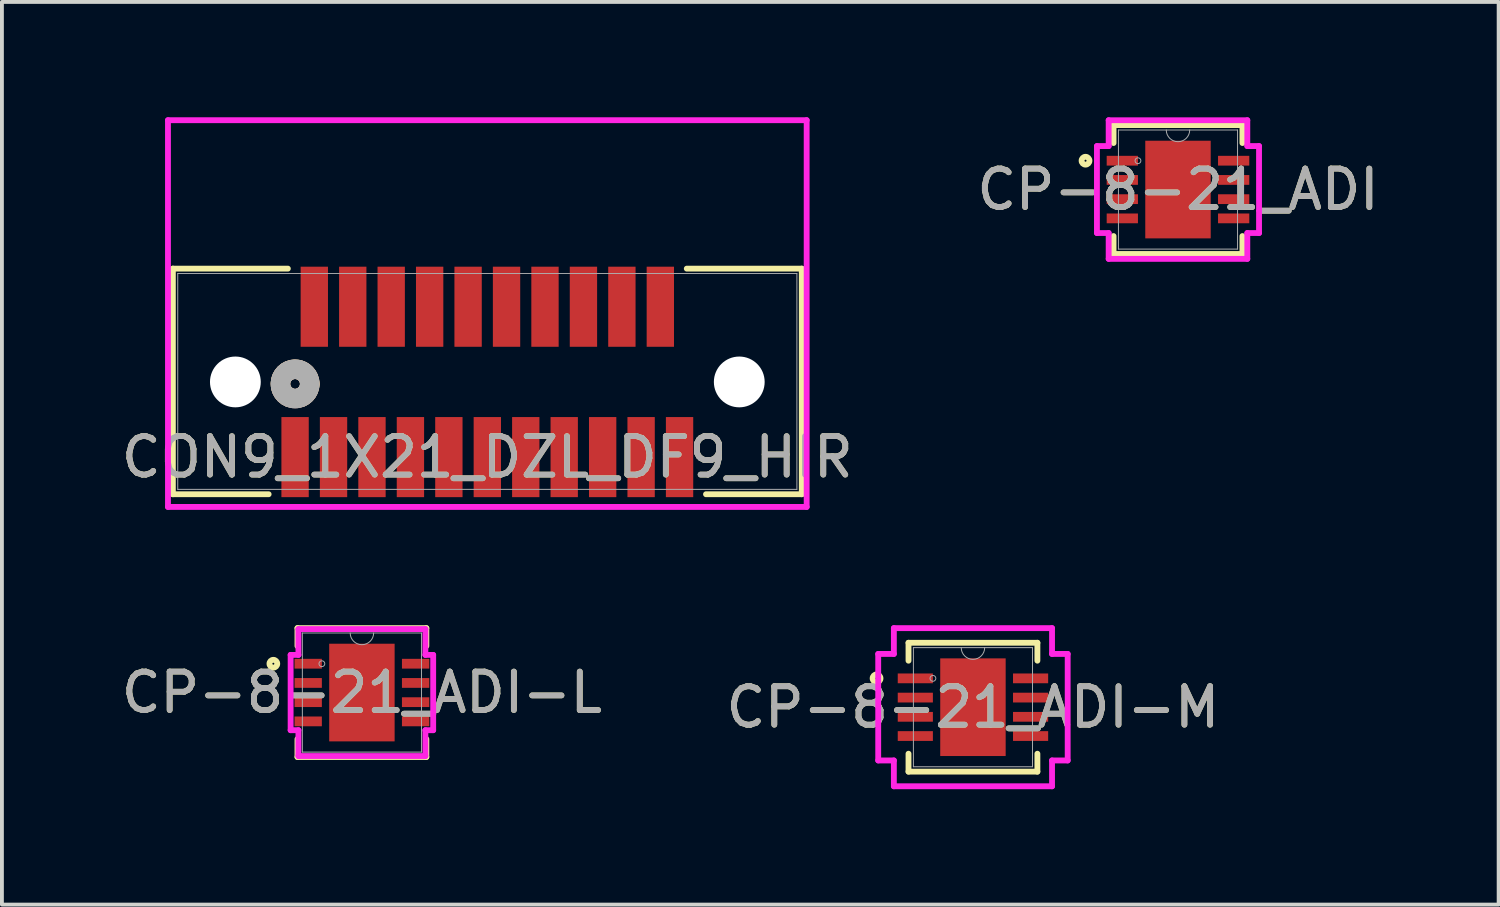
<source format=kicad_pcb>
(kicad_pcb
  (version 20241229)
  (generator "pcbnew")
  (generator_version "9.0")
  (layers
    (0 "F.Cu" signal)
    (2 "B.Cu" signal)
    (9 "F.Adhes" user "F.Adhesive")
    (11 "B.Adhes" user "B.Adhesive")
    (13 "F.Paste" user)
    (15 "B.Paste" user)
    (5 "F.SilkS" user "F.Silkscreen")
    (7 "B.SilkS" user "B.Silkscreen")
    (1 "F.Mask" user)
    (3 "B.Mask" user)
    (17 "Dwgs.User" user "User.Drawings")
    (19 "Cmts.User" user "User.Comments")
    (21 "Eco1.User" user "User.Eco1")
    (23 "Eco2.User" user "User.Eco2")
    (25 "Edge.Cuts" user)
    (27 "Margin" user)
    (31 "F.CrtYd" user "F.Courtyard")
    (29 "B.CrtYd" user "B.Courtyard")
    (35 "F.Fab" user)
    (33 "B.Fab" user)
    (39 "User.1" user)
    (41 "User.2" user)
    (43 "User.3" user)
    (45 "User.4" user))
  (footprint "CON9_1X21_DZL_DF9_HIR"
    (layer "F.Cu")
    (at 9.625 6.871)
    (property "Reference" "CON9_1X21_DZL_DF9_HIR" (at 0 1.968 0) (unlocked yes) (layer "F.SilkS") (effects (font (size 1 1) (thickness 0.15))))
    (attr smd)
    (fp_line (start -8.179 -2.934) (end -8.179 2.934) (stroke (width 0.152) (type solid)) (layer "F.SilkS"))
    (fp_line (start -8.179 2.934) (end -5.688 2.934) (stroke (width 0.152) (type solid)) (layer "F.SilkS"))
    (fp_line (start -5.188 -2.934) (end -8.179 -2.934) (stroke (width 0.152) (type solid)) (layer "F.SilkS"))
    (fp_line (start 5.688 2.934) (end 8.179 2.934) (stroke (width 0.152) (type solid)) (layer "F.SilkS"))
    (fp_line (start 8.179 -2.934) (end 5.188 -2.934) (stroke (width 0.152) (type solid)) (layer "F.SilkS"))
    (fp_line (start 8.179 2.934) (end 8.179 -2.934) (stroke (width 0.152) (type solid)) (layer "F.SilkS"))
    (fp_arc (start -5.143212 0.41656) (mid -5.212835 -0.25251) (end -4.619 0.0635) (stroke (width 0.508) (type solid)) (layer "F.SilkS"))
    (fp_arc (start -4.619 0.0635) (mid -4.68399 0.276335) (end -4.856788 0.41656) (stroke (width 0.508) (type solid)) (layer "F.SilkS"))
    (fp_circle (center -5 0.064) (end -4.619 0.064) (stroke (width 0.508) (type solid)) (fill no) (layer "B.SilkS"))
    (fp_line (start -8.306 -6.795) (end -8.306 3.264) (stroke (width 0.152) (type solid)) (layer "F.CrtYd"))
    (fp_line (start -8.306 3.264) (end 8.306 3.264) (stroke (width 0.152) (type solid)) (layer "F.CrtYd"))
    (fp_line (start 8.306 -6.795) (end -8.306 -6.795) (stroke (width 0.152) (type solid)) (layer "F.CrtYd"))
    (fp_line (start 8.306 3.264) (end 8.306 -6.795) (stroke (width 0.152) (type solid)) (layer "F.CrtYd"))
    (fp_line (start -8.052 -2.807) (end -8.052 2.807) (stroke (width 0.025) (type solid)) (layer "F.Fab"))
    (fp_line (start -8.052 2.807) (end 8.052 2.807) (stroke (width 0.025) (type solid)) (layer "F.Fab"))
    (fp_line (start 8.052 -2.807) (end -8.052 -2.807) (stroke (width 0.025) (type solid)) (layer "F.Fab"))
    (fp_line (start 8.052 2.807) (end 8.052 -2.807) (stroke (width 0.025) (type solid)) (layer "F.Fab"))
    (fp_circle (center -5 0.064) (end -4.619 0.064) (stroke (width 0.508) (type solid)) (fill no) (layer "F.Fab"))
    (fp_text user "${REFERENCE}" (at 0 1.968 0) (unlocked yes) (layer "F.Fab") (effects (font (size 1 1) (thickness 0.15))))
    (pad "" np_thru_hole circle (at -6.553 0.013) (size 1.321 1.321) (drill 1.321) (layers "*.Cu" "*.Mask"))
    (pad "" np_thru_hole circle (at 6.553 0.013) (size 1.321 1.321) (drill 1.321) (layers "*.Cu" "*.Mask"))
    (pad "1" smd rect (at -5 1.968) (size 0.711 2.083) (layers "F.Cu" "F.Mask" "F.Paste"))
    (pad "2" smd rect (at -4.5 -1.943) (size 0.711 2.083) (layers "F.Cu" "F.Mask" "F.Paste"))
    (pad "3" smd rect (at -4 1.968) (size 0.711 2.083) (layers "F.Cu" "F.Mask" "F.Paste"))
    (pad "4" smd rect (at -3.5 -1.943) (size 0.711 2.083) (layers "F.Cu" "F.Mask" "F.Paste"))
    (pad "5" smd rect (at -3 1.968) (size 0.711 2.083) (layers "F.Cu" "F.Mask" "F.Paste"))
    (pad "6" smd rect (at -2.5 -1.943) (size 0.711 2.083) (layers "F.Cu" "F.Mask" "F.Paste"))
    (pad "7" smd rect (at -2 1.968) (size 0.711 2.083) (layers "F.Cu" "F.Mask" "F.Paste"))
    (pad "8" smd rect (at -1.5 -1.943) (size 0.711 2.083) (layers "F.Cu" "F.Mask" "F.Paste"))
    (pad "9" smd rect (at -1 1.968) (size 0.711 2.083) (layers "F.Cu" "F.Mask" "F.Paste"))
    (pad "10" smd rect (at -0.5 -1.943) (size 0.711 2.083) (layers "F.Cu" "F.Mask" "F.Paste"))
    (pad "11" smd rect (at 0 1.968) (size 0.711 2.083) (layers "F.Cu" "F.Mask" "F.Paste"))
    (pad "12" smd rect (at 0.5 -1.943) (size 0.711 2.083) (layers "F.Cu" "F.Mask" "F.Paste"))
    (pad "13" smd rect (at 1 1.968) (size 0.711 2.083) (layers "F.Cu" "F.Mask" "F.Paste"))
    (pad "14" smd rect (at 1.5 -1.943) (size 0.711 2.083) (layers "F.Cu" "F.Mask" "F.Paste"))
    (pad "15" smd rect (at 2 1.968) (size 0.711 2.083) (layers "F.Cu" "F.Mask" "F.Paste"))
    (pad "16" smd rect (at 2.5 -1.943) (size 0.711 2.083) (layers "F.Cu" "F.Mask" "F.Paste"))
    (pad "17" smd rect (at 3 1.968) (size 0.711 2.083) (layers "F.Cu" "F.Mask" "F.Paste"))
    (pad "18" smd rect (at 3.5 -1.943) (size 0.711 2.083) (layers "F.Cu" "F.Mask" "F.Paste"))
    (pad "19" smd rect (at 4 1.968) (size 0.711 2.083) (layers "F.Cu" "F.Mask" "F.Paste"))
    (pad "20" smd rect (at 4.5 -1.943) (size 0.711 2.083) (layers "F.Cu" "F.Mask" "F.Paste"))
    (pad "21" smd rect (at 5 1.968) (size 0.711 2.083) (layers "F.Cu" "F.Mask" "F.Paste")))
  (footprint "CP-8-21_ADI-L"
    (layer "F.Cu")
    (at 6.363 14.963)
    (property "Reference" "CP-8-21_ADI-L" (at 0 0 0) (unlocked yes) (layer "F.SilkS") (effects (font (size 1 1) (thickness 0.15))))
    (attr smd)
    (fp_line (start -1.676 -1.676) (end -1.676 -1.21) (stroke (width 0.152) (type solid)) (layer "F.SilkS"))
    (fp_line (start -1.676 1.21) (end -1.676 1.676) (stroke (width 0.152) (type solid)) (layer "F.SilkS"))
    (fp_line (start -1.676 1.676) (end 1.676 1.676) (stroke (width 0.152) (type solid)) (layer "F.SilkS"))
    (fp_line (start 1.676 -1.676) (end -1.676 -1.676) (stroke (width 0.152) (type solid)) (layer "F.SilkS"))
    (fp_line (start 1.676 -1.21) (end 1.676 -1.676) (stroke (width 0.152) (type solid)) (layer "F.SilkS"))
    (fp_line (start 1.676 1.676) (end 1.676 1.21) (stroke (width 0.152) (type solid)) (layer "F.SilkS"))
    (fp_circle (center -2.303 -0.75) (end -2.202 -0.75) (stroke (width 0.152) (type solid)) (fill no) (layer "F.SilkS"))
    (fp_poly (pts (xy -0.751 -1.17) (xy -0.751 -0.1) (xy 0.751 -0.1) (xy 0.751 -1.17)) (stroke (width 0) (type solid)) (fill yes) (layer "F.Paste"))
    (fp_poly (pts (xy -0.751 0.1) (xy -0.751 1.17) (xy 0.751 1.17) (xy 0.751 0.1)) (stroke (width 0) (type solid)) (fill yes) (layer "F.Paste"))
    (fp_line (start -1.854 -0.979) (end -1.651 -0.979) (stroke (width 0.152) (type solid)) (layer "F.CrtYd"))
    (fp_line (start -1.854 0.979) (end -1.854 -0.979) (stroke (width 0.152) (type solid)) (layer "F.CrtYd"))
    (fp_line (start -1.854 0.979) (end -1.651 0.979) (stroke (width 0.152) (type solid)) (layer "F.CrtYd"))
    (fp_line (start -1.651 -1.651) (end 1.651 -1.651) (stroke (width 0.152) (type solid)) (layer "F.CrtYd"))
    (fp_line (start -1.651 -0.979) (end -1.651 -1.651) (stroke (width 0.152) (type solid)) (layer "F.CrtYd"))
    (fp_line (start -1.651 1.651) (end -1.651 0.979) (stroke (width 0.152) (type solid)) (layer "F.CrtYd"))
    (fp_line (start 1.651 -1.651) (end 1.651 -0.979) (stroke (width 0.152) (type solid)) (layer "F.CrtYd"))
    (fp_line (start 1.651 0.979) (end 1.651 1.651) (stroke (width 0.152) (type solid)) (layer "F.CrtYd"))
    (fp_line (start 1.651 1.651) (end -1.651 1.651) (stroke (width 0.152) (type solid)) (layer "F.CrtYd"))
    (fp_line (start 1.854 -0.979) (end 1.651 -0.979) (stroke (width 0.152) (type solid)) (layer "F.CrtYd"))
    (fp_line (start 1.854 -0.979) (end 1.854 0.979) (stroke (width 0.152) (type solid)) (layer "F.CrtYd"))
    (fp_line (start 1.854 0.979) (end 1.651 0.979) (stroke (width 0.152) (type solid)) (layer "F.CrtYd"))
    (fp_line (start -1.549 -1.549) (end -1.549 1.549) (stroke (width 0.025) (type solid)) (layer "F.Fab"))
    (fp_line (start -1.549 1.549) (end 1.549 1.549) (stroke (width 0.025) (type solid)) (layer "F.Fab"))
    (fp_line (start 1.549 -1.549) (end -1.549 -1.549) (stroke (width 0.025) (type solid)) (layer "F.Fab"))
    (fp_line (start 1.549 1.549) (end 1.549 -1.549) (stroke (width 0.025) (type solid)) (layer "F.Fab"))
    (fp_arc (start 0.3048 -1.5494) (mid 0 -1.2446) (end -0.3048 -1.5494) (stroke (width 0.0254) (type solid)) (layer "F.Fab"))
    (fp_circle (center -1.041 -0.75) (end -0.965 -0.75) (stroke (width 0.025) (type solid)) (fill no) (layer "F.Fab"))
    (fp_text user "${REFERENCE}" (at 0 0 0) (unlocked yes) (layer "F.Fab") (effects (font (size 1 1) (thickness 0.15))))
    (pad "1" smd rect (at -1.397 -0.75) (size 0.711 0.254) (layers "F.Cu" "F.Mask" "F.Paste"))
    (pad "2" smd rect (at -1.397 -0.25) (size 0.711 0.254) (layers "F.Cu" "F.Mask" "F.Paste"))
    (pad "3" smd rect (at -1.397 0.25) (size 0.711 0.254) (layers "F.Cu" "F.Mask" "F.Paste"))
    (pad "4" smd rect (at -1.397 0.75) (size 0.711 0.254) (layers "F.Cu" "F.Mask" "F.Paste"))
    (pad "5" smd rect (at 1.397 0.75) (size 0.711 0.254) (layers "F.Cu" "F.Mask" "F.Paste"))
    (pad "6" smd rect (at 1.397 0.25) (size 0.711 0.254) (layers "F.Cu" "F.Mask" "F.Paste"))
    (pad "7" smd rect (at 1.397 -0.25) (size 0.711 0.254) (layers "F.Cu" "F.Mask" "F.Paste"))
    (pad "8" smd rect (at 1.397 -0.75) (size 0.711 0.254) (layers "F.Cu" "F.Mask" "F.Paste"))
    (pad "9" smd rect (at 0 0) (size 1.702 2.54) (layers "F.Cu" "F.Mask" "F.Paste")))
  (footprint "CP-8-21_ADI"
    (layer "F.Cu")
    (at 27.589 1.88)
    (property "Reference" "CP-8-21_ADI" (at 0 0 0) (unlocked yes) (layer "F.SilkS") (effects (font (size 1 1) (thickness 0.15))))
    (attr smd)
    (fp_line (start -1.676 -1.676) (end -1.676 -1.21) (stroke (width 0.152) (type solid)) (layer "F.SilkS"))
    (fp_line (start -1.676 1.21) (end -1.676 1.676) (stroke (width 0.152) (type solid)) (layer "F.SilkS"))
    (fp_line (start -1.676 1.676) (end 1.676 1.676) (stroke (width 0.152) (type solid)) (layer "F.SilkS"))
    (fp_line (start 1.676 -1.676) (end -1.676 -1.676) (stroke (width 0.152) (type solid)) (layer "F.SilkS"))
    (fp_line (start 1.676 -1.21) (end 1.676 -1.676) (stroke (width 0.152) (type solid)) (layer "F.SilkS"))
    (fp_line (start 1.676 1.676) (end 1.676 1.21) (stroke (width 0.152) (type solid)) (layer "F.SilkS"))
    (fp_circle (center -2.405 -0.75) (end -2.303 -0.75) (stroke (width 0.152) (type solid)) (fill no) (layer "F.SilkS"))
    (fp_poly (pts (xy -0.751 -1.17) (xy -0.751 -0.1) (xy 0.751 -0.1) (xy 0.751 -1.17)) (stroke (width 0) (type solid)) (fill yes) (layer "F.Paste"))
    (fp_poly (pts (xy -0.751 0.1) (xy -0.751 1.17) (xy 0.751 1.17) (xy 0.751 0.1)) (stroke (width 0) (type solid)) (fill yes) (layer "F.Paste"))
    (fp_line (start -2.108 -1.131) (end -1.803 -1.131) (stroke (width 0.152) (type solid)) (layer "F.CrtYd"))
    (fp_line (start -2.108 1.131) (end -2.108 -1.131) (stroke (width 0.152) (type solid)) (layer "F.CrtYd"))
    (fp_line (start -2.108 1.131) (end -1.803 1.131) (stroke (width 0.152) (type solid)) (layer "F.CrtYd"))
    (fp_line (start -1.803 -1.803) (end 1.803 -1.803) (stroke (width 0.152) (type solid)) (layer "F.CrtYd"))
    (fp_line (start -1.803 -1.131) (end -1.803 -1.803) (stroke (width 0.152) (type solid)) (layer "F.CrtYd"))
    (fp_line (start -1.803 1.803) (end -1.803 1.131) (stroke (width 0.152) (type solid)) (layer "F.CrtYd"))
    (fp_line (start 1.803 -1.803) (end 1.803 -1.131) (stroke (width 0.152) (type solid)) (layer "F.CrtYd"))
    (fp_line (start 1.803 1.131) (end 1.803 1.803) (stroke (width 0.152) (type solid)) (layer "F.CrtYd"))
    (fp_line (start 1.803 1.803) (end -1.803 1.803) (stroke (width 0.152) (type solid)) (layer "F.CrtYd"))
    (fp_line (start 2.108 -1.131) (end 1.803 -1.131) (stroke (width 0.152) (type solid)) (layer "F.CrtYd"))
    (fp_line (start 2.108 -1.131) (end 2.108 1.131) (stroke (width 0.152) (type solid)) (layer "F.CrtYd"))
    (fp_line (start 2.108 1.131) (end 1.803 1.131) (stroke (width 0.152) (type solid)) (layer "F.CrtYd"))
    (fp_line (start -1.549 -1.549) (end -1.549 1.549) (stroke (width 0.025) (type solid)) (layer "F.Fab"))
    (fp_line (start -1.549 1.549) (end 1.549 1.549) (stroke (width 0.025) (type solid)) (layer "F.Fab"))
    (fp_line (start 1.549 -1.549) (end -1.549 -1.549) (stroke (width 0.025) (type solid)) (layer "F.Fab"))
    (fp_line (start 1.549 1.549) (end 1.549 -1.549) (stroke (width 0.025) (type solid)) (layer "F.Fab"))
    (fp_arc (start 0.3048 -1.5494) (mid 0 -1.2446) (end -0.3048 -1.5494) (stroke (width 0.0254) (type solid)) (layer "F.Fab"))
    (fp_circle (center -1.041 -0.75) (end -0.965 -0.75) (stroke (width 0.025) (type solid)) (fill no) (layer "F.Fab"))
    (fp_text user "${REFERENCE}" (at 0 0 0) (unlocked yes) (layer "F.Fab") (effects (font (size 1 1) (thickness 0.15))))
    (pad "1" smd rect (at -1.448 -0.75) (size 0.813 0.254) (layers "F.Cu" "F.Mask" "F.Paste"))
    (pad "2" smd rect (at -1.448 -0.25) (size 0.813 0.254) (layers "F.Cu" "F.Mask" "F.Paste"))
    (pad "3" smd rect (at -1.448 0.25) (size 0.813 0.254) (layers "F.Cu" "F.Mask" "F.Paste"))
    (pad "4" smd rect (at -1.448 0.75) (size 0.813 0.254) (layers "F.Cu" "F.Mask" "F.Paste"))
    (pad "5" smd rect (at 1.448 0.75) (size 0.813 0.254) (layers "F.Cu" "F.Mask" "F.Paste"))
    (pad "6" smd rect (at 1.448 0.25) (size 0.813 0.254) (layers "F.Cu" "F.Mask" "F.Paste"))
    (pad "7" smd rect (at 1.448 -0.25) (size 0.813 0.254) (layers "F.Cu" "F.Mask" "F.Paste"))
    (pad "8" smd rect (at 1.448 -0.75) (size 0.813 0.254) (layers "F.Cu" "F.Mask" "F.Paste"))
    (pad "9" smd rect (at 0 0) (size 1.702 2.54) (layers "F.Cu" "F.Mask" "F.Paste")))
  (footprint "CP-8-21_ADI-M"
    (layer "F.Cu")
    (at 22.256 15.344)
    (property "Reference" "CP-8-21_ADI-M" (at 0 0 0) (unlocked yes) (layer "F.SilkS") (effects (font (size 1 1) (thickness 0.15))))
    (attr smd)
    (fp_line (start -1.676 -1.676) (end -1.676 -1.21) (stroke (width 0.152) (type solid)) (layer "F.SilkS"))
    (fp_line (start -1.676 1.21) (end -1.676 1.676) (stroke (width 0.152) (type solid)) (layer "F.SilkS"))
    (fp_line (start -1.676 1.676) (end 1.676 1.676) (stroke (width 0.152) (type solid)) (layer "F.SilkS"))
    (fp_line (start 1.676 -1.676) (end -1.676 -1.676) (stroke (width 0.152) (type solid)) (layer "F.SilkS"))
    (fp_line (start 1.676 -1.21) (end 1.676 -1.676) (stroke (width 0.152) (type solid)) (layer "F.SilkS"))
    (fp_line (start 1.676 1.676) (end 1.676 1.21) (stroke (width 0.152) (type solid)) (layer "F.SilkS"))
    (fp_circle (center -2.507 -0.75) (end -2.405 -0.75) (stroke (width 0.152) (type solid)) (fill no) (layer "F.SilkS"))
    (fp_poly (pts (xy -0.751 -1.17) (xy -0.751 -0.1) (xy 0.751 -0.1) (xy 0.751 -1.17)) (stroke (width 0) (type solid)) (fill yes) (layer "F.Paste"))
    (fp_poly (pts (xy -0.751 0.1) (xy -0.751 1.17) (xy 0.751 1.17) (xy 0.751 0.1)) (stroke (width 0) (type solid)) (fill yes) (layer "F.Paste"))
    (fp_line (start -2.464 -1.385) (end -2.057 -1.385) (stroke (width 0.152) (type solid)) (layer "F.CrtYd"))
    (fp_line (start -2.464 1.385) (end -2.464 -1.385) (stroke (width 0.152) (type solid)) (layer "F.CrtYd"))
    (fp_line (start -2.464 1.385) (end -2.057 1.385) (stroke (width 0.152) (type solid)) (layer "F.CrtYd"))
    (fp_line (start -2.057 -2.057) (end 2.057 -2.057) (stroke (width 0.152) (type solid)) (layer "F.CrtYd"))
    (fp_line (start -2.057 -1.385) (end -2.057 -2.057) (stroke (width 0.152) (type solid)) (layer "F.CrtYd"))
    (fp_line (start -2.057 2.057) (end -2.057 1.385) (stroke (width 0.152) (type solid)) (layer "F.CrtYd"))
    (fp_line (start 2.057 -2.057) (end 2.057 -1.385) (stroke (width 0.152) (type solid)) (layer "F.CrtYd"))
    (fp_line (start 2.057 1.385) (end 2.057 2.057) (stroke (width 0.152) (type solid)) (layer "F.CrtYd"))
    (fp_line (start 2.057 2.057) (end -2.057 2.057) (stroke (width 0.152) (type solid)) (layer "F.CrtYd"))
    (fp_line (start 2.464 -1.385) (end 2.057 -1.385) (stroke (width 0.152) (type solid)) (layer "F.CrtYd"))
    (fp_line (start 2.464 -1.385) (end 2.464 1.385) (stroke (width 0.152) (type solid)) (layer "F.CrtYd"))
    (fp_line (start 2.464 1.385) (end 2.057 1.385) (stroke (width 0.152) (type solid)) (layer "F.CrtYd"))
    (fp_line (start -1.549 -1.549) (end -1.549 1.549) (stroke (width 0.025) (type solid)) (layer "F.Fab"))
    (fp_line (start -1.549 1.549) (end 1.549 1.549) (stroke (width 0.025) (type solid)) (layer "F.Fab"))
    (fp_line (start 1.549 -1.549) (end -1.549 -1.549) (stroke (width 0.025) (type solid)) (layer "F.Fab"))
    (fp_line (start 1.549 1.549) (end 1.549 -1.549) (stroke (width 0.025) (type solid)) (layer "F.Fab"))
    (fp_arc (start 0.3048 -1.5494) (mid 0 -1.2446) (end -0.3048 -1.5494) (stroke (width 0.0254) (type solid)) (layer "F.Fab"))
    (fp_circle (center -1.041 -0.75) (end -0.965 -0.75) (stroke (width 0.025) (type solid)) (fill no) (layer "F.Fab"))
    (fp_text user "${REFERENCE}" (at 0 0 0) (unlocked yes) (layer "F.Fab") (effects (font (size 1 1) (thickness 0.15))))
    (pad "1" smd rect (at -1.499 -0.75) (size 0.914 0.254) (layers "F.Cu" "F.Mask" "F.Paste"))
    (pad "2" smd rect (at -1.499 -0.25) (size 0.914 0.254) (layers "F.Cu" "F.Mask" "F.Paste"))
    (pad "3" smd rect (at -1.499 0.25) (size 0.914 0.254) (layers "F.Cu" "F.Mask" "F.Paste"))
    (pad "4" smd rect (at -1.499 0.75) (size 0.914 0.254) (layers "F.Cu" "F.Mask" "F.Paste"))
    (pad "5" smd rect (at 1.499 0.75) (size 0.914 0.254) (layers "F.Cu" "F.Mask" "F.Paste"))
    (pad "6" smd rect (at 1.499 0.25) (size 0.914 0.254) (layers "F.Cu" "F.Mask" "F.Paste"))
    (pad "7" smd rect (at 1.499 -0.25) (size 0.914 0.254) (layers "F.Cu" "F.Mask" "F.Paste"))
    (pad "8" smd rect (at 1.499 -0.75) (size 0.914 0.254) (layers "F.Cu" "F.Mask" "F.Paste"))
    (pad "9" smd rect (at 0 0) (size 1.702 2.54) (layers "F.Cu" "F.Mask" "F.Paste")))
  (gr_rect
    (start -3 -3)
    (end 35.929 20.478)
    (stroke (width 0.1) (type default))
    (fill no)
    (layer "Edge.Cuts")))
</source>
